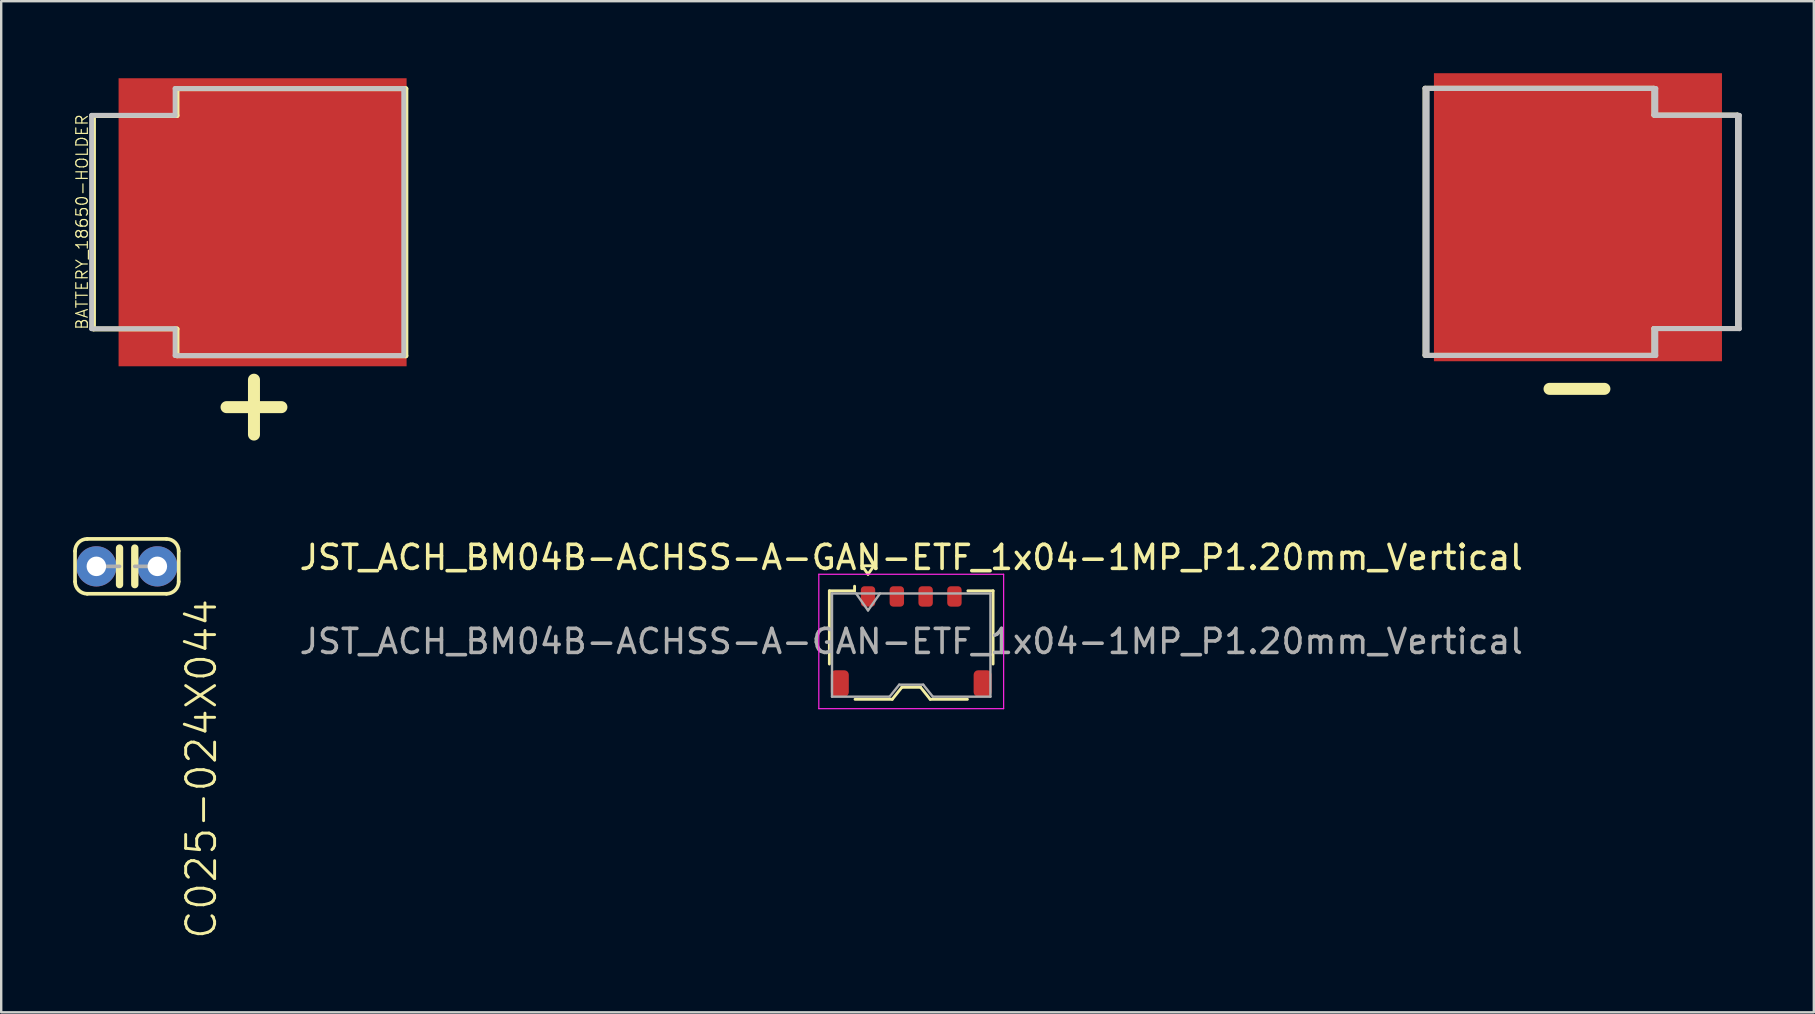
<source format=kicad_pcb>
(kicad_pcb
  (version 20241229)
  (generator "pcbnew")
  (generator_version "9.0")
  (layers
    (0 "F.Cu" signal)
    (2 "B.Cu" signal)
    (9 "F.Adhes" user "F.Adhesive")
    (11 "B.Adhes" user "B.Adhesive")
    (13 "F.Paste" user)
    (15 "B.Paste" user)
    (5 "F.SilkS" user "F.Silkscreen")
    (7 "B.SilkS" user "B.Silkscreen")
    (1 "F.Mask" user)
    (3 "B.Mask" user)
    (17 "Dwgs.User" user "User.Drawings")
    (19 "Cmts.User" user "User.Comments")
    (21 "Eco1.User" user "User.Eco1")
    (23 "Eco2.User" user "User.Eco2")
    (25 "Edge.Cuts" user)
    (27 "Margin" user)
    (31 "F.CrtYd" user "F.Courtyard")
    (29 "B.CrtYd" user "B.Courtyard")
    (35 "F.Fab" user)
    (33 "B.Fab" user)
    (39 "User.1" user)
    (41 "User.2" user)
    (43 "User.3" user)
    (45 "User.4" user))
  (footprint "BATTERY_18650-HOLDER"
    (layer "F.Cu")
    (at 35.09 6.2)
    (property "Reference" "BATTERY_18650-HOLDER" (at -34.722 0 90) (layer "F.SilkS") (effects (font (size 0.48 0.48) (thickness 0.05))))
    (attr through_hole)
    (fp_line (start -34.245 -4.435) (end -30.765 -4.435) (stroke (width 0.203) (type solid)) (layer "F.SilkS"))
    (fp_line (start -34.245 4.455) (end -34.245 -4.435) (stroke (width 0.203) (type solid)) (layer "F.SilkS"))
    (fp_line (start -30.765 -5.553) (end -21.23 -5.553) (stroke (width 0.203) (type solid)) (layer "F.SilkS"))
    (fp_line (start -30.765 -4.435) (end -30.765 -5.553) (stroke (width 0.203) (type solid)) (layer "F.SilkS"))
    (fp_line (start -30.765 4.455) (end -34.245 4.455) (stroke (width 0.203) (type solid)) (layer "F.SilkS"))
    (fp_line (start -30.765 5.573) (end -30.765 4.455) (stroke (width 0.203) (type solid)) (layer "F.SilkS"))
    (fp_line (start -21.23 -5.553) (end -21.23 5.573) (stroke (width 0.203) (type solid)) (layer "F.SilkS"))
    (fp_line (start -21.23 5.573) (end -30.765 5.573) (stroke (width 0.203) (type solid)) (layer "F.SilkS"))
    (fp_line (start 21.23 -5.573) (end 30.765 -5.573) (stroke (width 0.203) (type solid)) (layer "F.SilkS"))
    (fp_line (start 21.23 5.553) (end 21.23 -5.573) (stroke (width 0.203) (type solid)) (layer "F.SilkS"))
    (fp_line (start 30.765 -5.573) (end 30.765 -4.455) (stroke (width 0.203) (type solid)) (layer "F.SilkS"))
    (fp_line (start 30.765 -4.455) (end 34.245 -4.455) (stroke (width 0.203) (type solid)) (layer "F.SilkS"))
    (fp_line (start 30.765 4.435) (end 30.765 5.553) (stroke (width 0.203) (type solid)) (layer "F.SilkS"))
    (fp_line (start 30.765 5.553) (end 21.23 5.553) (stroke (width 0.203) (type solid)) (layer "F.SilkS"))
    (fp_line (start 34.245 -4.455) (end 34.245 4.435) (stroke (width 0.203) (type solid)) (layer "F.SilkS"))
    (fp_line (start 34.245 4.435) (end 30.765 4.435) (stroke (width 0.203) (type solid)) (layer "F.SilkS"))
    (fp_line (start -34.325 -4.445) (end -30.845 -4.445) (stroke (width 0.203) (type solid)) (layer "Dwgs.User"))
    (fp_line (start -34.325 4.445) (end -34.325 -4.445) (stroke (width 0.203) (type solid)) (layer "Dwgs.User"))
    (fp_line (start -30.845 -5.563) (end -21.32 -5.563) (stroke (width 0.203) (type solid)) (layer "Dwgs.User"))
    (fp_line (start -30.845 -4.445) (end -30.845 -5.563) (stroke (width 0.203) (type solid)) (layer "Dwgs.User"))
    (fp_line (start -30.845 4.445) (end -34.325 4.445) (stroke (width 0.203) (type solid)) (layer "Dwgs.User"))
    (fp_line (start -30.845 5.563) (end -30.845 4.445) (stroke (width 0.203) (type solid)) (layer "Dwgs.User"))
    (fp_line (start -21.32 -5.563) (end -21.32 5.563) (stroke (width 0.203) (type solid)) (layer "Dwgs.User"))
    (fp_line (start -21.32 5.563) (end -30.845 5.563) (stroke (width 0.203) (type solid)) (layer "Dwgs.User"))
    (fp_line (start 21.23 -5.573) (end 30.765 -5.573) (stroke (width 0.203) (type solid)) (layer "Dwgs.User"))
    (fp_line (start 21.23 5.553) (end 21.23 -5.573) (stroke (width 0.203) (type solid)) (layer "Dwgs.User"))
    (fp_line (start 21.32 -5.563) (end 30.845 -5.563) (stroke (width 0.203) (type solid)) (layer "Dwgs.User"))
    (fp_line (start 21.32 5.563) (end 21.32 -5.563) (stroke (width 0.203) (type solid)) (layer "Dwgs.User"))
    (fp_line (start 30.765 -5.573) (end 30.765 -4.455) (stroke (width 0.203) (type solid)) (layer "Dwgs.User"))
    (fp_line (start 30.765 -4.455) (end 34.245 -4.455) (stroke (width 0.203) (type solid)) (layer "Dwgs.User"))
    (fp_line (start 30.765 4.435) (end 30.765 5.553) (stroke (width 0.203) (type solid)) (layer "Dwgs.User"))
    (fp_line (start 30.765 5.553) (end 21.23 5.553) (stroke (width 0.203) (type solid)) (layer "Dwgs.User"))
    (fp_line (start 30.845 -5.563) (end 30.845 -4.445) (stroke (width 0.203) (type solid)) (layer "Dwgs.User"))
    (fp_line (start 30.845 -4.445) (end 34.325 -4.445) (stroke (width 0.203) (type solid)) (layer "Dwgs.User"))
    (fp_line (start 30.845 4.445) (end 30.845 5.563) (stroke (width 0.203) (type solid)) (layer "Dwgs.User"))
    (fp_line (start 30.845 5.563) (end 21.32 5.563) (stroke (width 0.203) (type solid)) (layer "Dwgs.User"))
    (fp_line (start 34.245 -4.455) (end 34.245 4.435) (stroke (width 0.203) (type solid)) (layer "Dwgs.User"))
    (fp_line (start 34.245 4.435) (end 30.765 4.435) (stroke (width 0.203) (type solid)) (layer "Dwgs.User"))
    (fp_line (start 34.325 -4.445) (end 34.325 4.445) (stroke (width 0.203) (type solid)) (layer "Dwgs.User"))
    (fp_line (start 34.325 4.445) (end 30.845 4.445) (stroke (width 0.203) (type solid)) (layer "Dwgs.User"))
    (fp_text user "-" (at 27.559 6.731 0) (layer "F.SilkS") (effects (font (size 3 3) (thickness 0.5) (bold yes))))
    (fp_text user "+" (at -27.559 7.493 0) (layer "F.SilkS") (effects (font (size 3 3) (thickness 0.5) (bold yes))))
    (pad "1" smd rect (at -27.2 0.01 180) (size 12 12) (layers "F.Cu" "F.Mask" "F.Paste"))
    (pad "2" smd rect (at 27.6 -0.2) (size 12 12) (layers "F.Cu" "F.Mask" "F.Paste")))
  (footprint "C025-024X044"
    (layer "F.Cu")
    (at 2.235 20.545)
    (property "Reference" "C025-024X044" (at 3.81 1.27 270) (layer "F.SilkS") (effects (font (size 1.206 1.206) (thickness 0.121)) (justify right bottom)))
    (attr through_hole)
    (fp_line (start -2.159 0.635) (end -2.159 -0.635) (stroke (width 0.152) (type solid)) (layer "F.SilkS"))
    (fp_line (start -0.305 -0.762) (end -0.305 0.762) (stroke (width 0.305) (type solid)) (layer "F.SilkS"))
    (fp_line (start 0.33 -0.762) (end 0.33 0.762) (stroke (width 0.305) (type solid)) (layer "F.SilkS"))
    (fp_line (start 1.651 -1.143) (end -1.651 -1.143) (stroke (width 0.152) (type solid)) (layer "F.SilkS"))
    (fp_line (start 1.651 1.143) (end -1.651 1.143) (stroke (width 0.152) (type solid)) (layer "F.SilkS"))
    (fp_line (start 2.159 0.635) (end 2.159 -0.635) (stroke (width 0.152) (type solid)) (layer "F.SilkS"))
    (fp_arc (start -2.159 -0.635) (mid -2.01021 -0.99421) (end -1.651 -1.143) (stroke (width 0.1524) (type solid)) (layer "F.SilkS"))
    (fp_arc (start -1.651 1.143) (mid -2.01021 0.99421) (end -2.159 0.635) (stroke (width 0.1524) (type solid)) (layer "F.SilkS"))
    (fp_arc (start 1.651 -1.143) (mid 2.01021 -0.99421) (end 2.159 -0.635) (stroke (width 0.1524) (type solid)) (layer "F.SilkS"))
    (fp_arc (start 2.159 0.635) (mid 2.01021 0.99421) (end 1.651 1.143) (stroke (width 0.1524) (type solid)) (layer "F.SilkS"))
    (fp_line (start -1.27 0) (end -0.305 0) (stroke (width 0.152) (type solid)) (layer "F.Fab"))
    (fp_line (start 1.27 0) (end 0.33 0) (stroke (width 0.152) (type solid)) (layer "F.Fab"))
    (pad "1" thru_hole circle (at -1.27 0) (size 1.676 1.676) (drill 0.813) (layers "*.Cu" "*.Mask"))
    (pad "2" thru_hole circle (at 1.27 0) (size 1.676 1.676) (drill 0.813) (layers "*.Cu" "*.Mask")))
  (footprint "JST_ACH_BM04B-ACHSS-A-GAN-ETF_1x04-1MP_P1.20mm_Vertical"
    (layer "F.Cu")
    (at 34.913 23.674)
    (property "Reference" "JST_ACH_BM04B-ACHSS-A-GAN-ETF_1x04-1MP_P1.20mm_Vertical" (at 0 -3.5 0) (layer "F.SilkS") (effects (font (size 1 1) (thickness 0.15))))
    (attr smd)
    (fp_line (start -3.41 -2.11) (end -2.36 -2.11) (stroke (width 0.12) (type solid)) (layer "F.SilkS"))
    (fp_line (start -3.41 0.94) (end -3.41 -2.11) (stroke (width 0.12) (type solid)) (layer "F.SilkS"))
    (fp_line (start -2.36 -2.11) (end -2.36 -2.3) (stroke (width 0.12) (type solid)) (layer "F.SilkS"))
    (fp_line (start -2.34 2.41) (end -0.79 2.41) (stroke (width 0.12) (type solid)) (layer "F.SilkS"))
    (fp_line (start -2.05 -3.154) (end -1.8 -2.8) (stroke (width 0.12) (type solid)) (layer "F.SilkS"))
    (fp_line (start -1.8 -2.8) (end -1.55 -3.154) (stroke (width 0.12) (type solid)) (layer "F.SilkS"))
    (fp_line (start -1.55 -3.154) (end -2.05 -3.154) (stroke (width 0.12) (type solid)) (layer "F.SilkS"))
    (fp_line (start -0.79 2.41) (end -0.39 1.91) (stroke (width 0.12) (type solid)) (layer "F.SilkS"))
    (fp_line (start -0.39 1.91) (end 0.39 1.91) (stroke (width 0.12) (type solid)) (layer "F.SilkS"))
    (fp_line (start 0.39 1.91) (end 0.79 2.41) (stroke (width 0.12) (type solid)) (layer "F.SilkS"))
    (fp_line (start 0.79 2.41) (end 2.34 2.41) (stroke (width 0.12) (type solid)) (layer "F.SilkS"))
    (fp_line (start 3.41 -2.11) (end 2.36 -2.11) (stroke (width 0.12) (type solid)) (layer "F.SilkS"))
    (fp_line (start 3.41 0.94) (end 3.41 -2.11) (stroke (width 0.12) (type solid)) (layer "F.SilkS"))
    (fp_line (start -3.85 -2.8) (end -3.85 2.8) (stroke (width 0.05) (type solid)) (layer "F.CrtYd"))
    (fp_line (start -3.85 2.8) (end 3.85 2.8) (stroke (width 0.05) (type solid)) (layer "F.CrtYd"))
    (fp_line (start 3.85 -2.8) (end -3.85 -2.8) (stroke (width 0.05) (type solid)) (layer "F.CrtYd"))
    (fp_line (start 3.85 2.8) (end 3.85 -2.8) (stroke (width 0.05) (type solid)) (layer "F.CrtYd"))
    (fp_line (start -3.3 -2) (end -3.3 2.3) (stroke (width 0.1) (type solid)) (layer "F.Fab"))
    (fp_line (start -3.3 -2) (end 3.3 -2) (stroke (width 0.1) (type solid)) (layer "F.Fab"))
    (fp_line (start -3.3 2.3) (end -0.9 2.3) (stroke (width 0.1) (type solid)) (layer "F.Fab"))
    (fp_line (start -2.3 -2) (end -1.8 -1.293) (stroke (width 0.1) (type solid)) (layer "F.Fab"))
    (fp_line (start -1.8 -1.293) (end -1.3 -2) (stroke (width 0.1) (type solid)) (layer "F.Fab"))
    (fp_line (start -0.9 2.3) (end -0.5 1.8) (stroke (width 0.1) (type solid)) (layer "F.Fab"))
    (fp_line (start -0.5 1.8) (end 0.5 1.8) (stroke (width 0.1) (type solid)) (layer "F.Fab"))
    (fp_line (start 0.5 1.8) (end 0.9 2.3) (stroke (width 0.1) (type solid)) (layer "F.Fab"))
    (fp_line (start 0.9 2.3) (end 3.3 2.3) (stroke (width 0.1) (type solid)) (layer "F.Fab"))
    (fp_line (start 3.3 -2) (end 3.3 2.3) (stroke (width 0.1) (type solid)) (layer "F.Fab"))
    (fp_text user "${REFERENCE}" (at 0 0 0) (layer "F.Fab") (effects (font (size 1 1) (thickness 0.15))))
    (pad "1" smd roundrect (at -1.8 -1.875) (size 0.6 0.85) (layers "F.Cu" "F.Mask" "F.Paste") (roundrect_rratio 0.25))
    (pad "2" smd roundrect (at -0.6 -1.875) (size 0.6 0.85) (layers "F.Cu" "F.Mask" "F.Paste") (roundrect_rratio 0.25))
    (pad "3" smd roundrect (at 0.6 -1.875) (size 0.6 0.85) (layers "F.Cu" "F.Mask" "F.Paste") (roundrect_rratio 0.25))
    (pad "4" smd roundrect (at 1.8 -1.875) (size 0.6 0.85) (layers "F.Cu" "F.Mask" "F.Paste") (roundrect_rratio 0.25))
    (pad "MP" smd roundrect (at -2.975 1.75) (size 0.75 1.1) (layers "F.Cu" "F.Mask" "F.Paste") (roundrect_rratio 0.25))
    (pad "MP" smd roundrect (at 2.975 1.75) (size 0.75 1.1) (layers "F.Cu" "F.Mask" "F.Paste") (roundrect_rratio 0.25)))
  (gr_rect
    (start -3 -3)
    (end 72.517 39.126)
    (stroke (width 0.1) (type default))
    (fill no)
    (layer "Edge.Cuts")))
</source>
